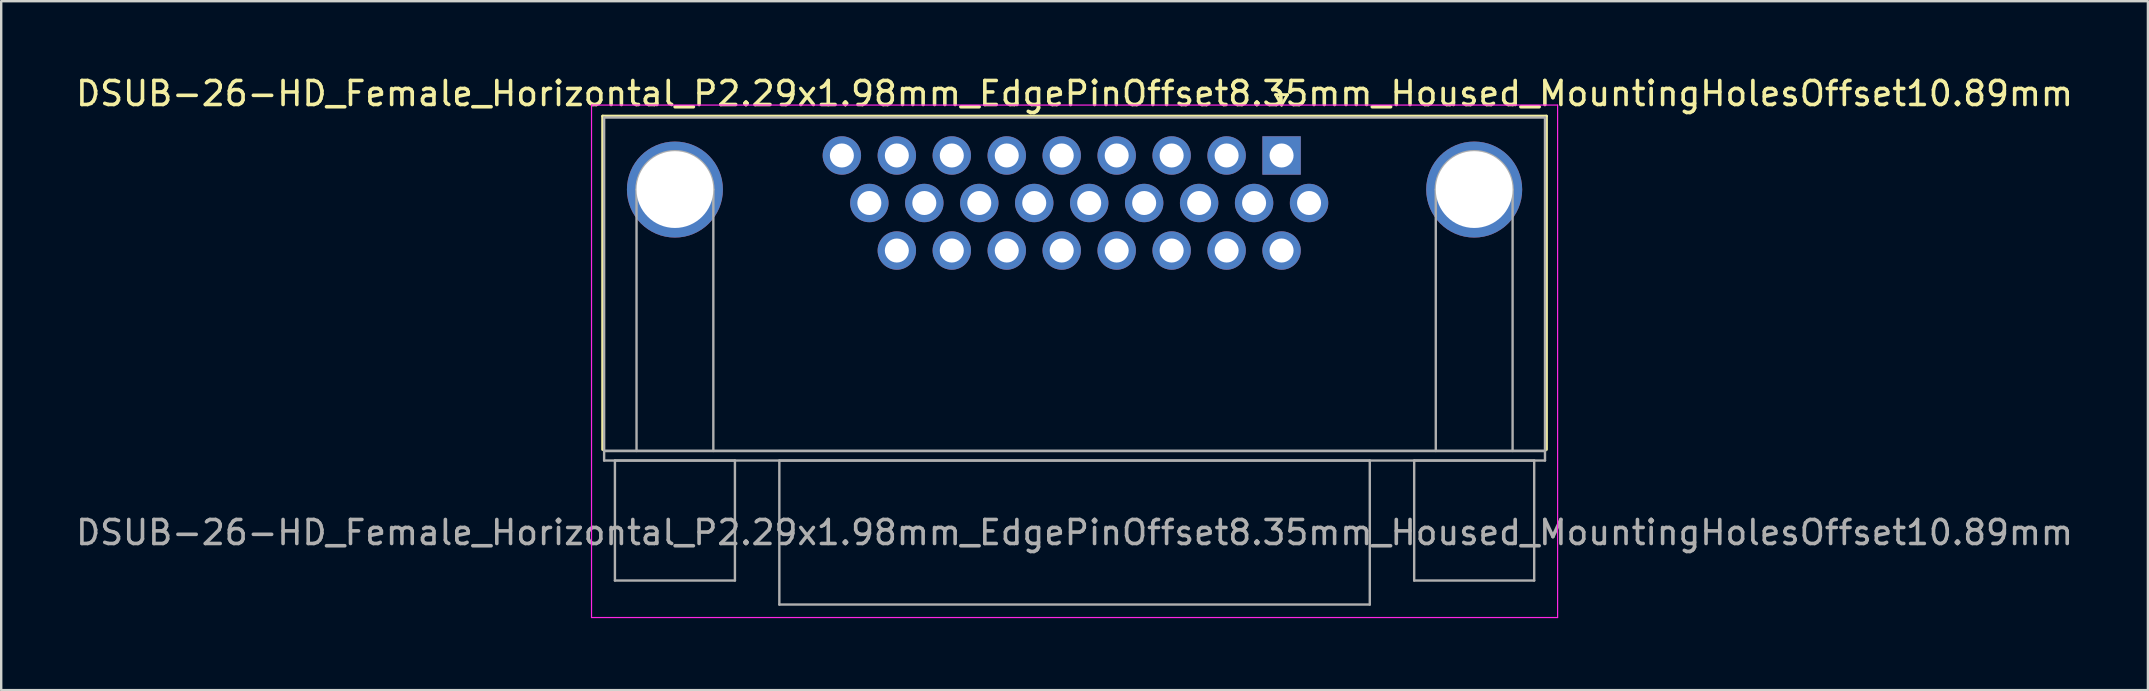
<source format=kicad_pcb>
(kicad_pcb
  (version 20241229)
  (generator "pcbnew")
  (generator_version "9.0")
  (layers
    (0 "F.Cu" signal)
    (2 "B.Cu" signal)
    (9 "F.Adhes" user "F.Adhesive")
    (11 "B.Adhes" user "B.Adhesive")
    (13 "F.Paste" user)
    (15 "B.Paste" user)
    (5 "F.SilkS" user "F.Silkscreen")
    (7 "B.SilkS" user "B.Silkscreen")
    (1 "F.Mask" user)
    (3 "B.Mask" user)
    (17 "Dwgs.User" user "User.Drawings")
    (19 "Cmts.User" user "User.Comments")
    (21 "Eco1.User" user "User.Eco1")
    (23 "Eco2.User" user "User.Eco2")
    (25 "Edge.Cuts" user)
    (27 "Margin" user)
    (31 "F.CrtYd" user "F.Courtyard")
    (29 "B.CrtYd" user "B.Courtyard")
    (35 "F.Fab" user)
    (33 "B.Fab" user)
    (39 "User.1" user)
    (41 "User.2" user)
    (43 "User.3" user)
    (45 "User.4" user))
  (footprint "DSUB-26-HD_Female_Horizontal_P2.29x1.98mm_EdgePinOffset8.35mm_Housed_MountingHolesOffset10.89mm"
    (layer "F.Cu")
    (at 50.345 3.428)
    (property "Reference" "DSUB-26-HD_Female_Horizontal_P2.29x1.98mm_EdgePinOffset8.35mm_Housed_MountingHolesOffset10.89mm" (at -8.625 -2.58 0) (layer "F.SilkS") (effects (font (size 1 1) (thickness 0.15))))
    (attr through_hole)
    (fp_line (start -28.285 -1.64) (end 11.035 -1.64) (stroke (width 0.12) (type solid)) (layer "F.SilkS"))
    (fp_line (start -28.285 12.25) (end -28.285 -1.64) (stroke (width 0.12) (type solid)) (layer "F.SilkS"))
    (fp_line (start -0.25 -2.534) (end 0.25 -2.534) (stroke (width 0.12) (type solid)) (layer "F.SilkS"))
    (fp_line (start 0 -2.101) (end -0.25 -2.534) (stroke (width 0.12) (type solid)) (layer "F.SilkS"))
    (fp_line (start 0.25 -2.534) (end 0 -2.101) (stroke (width 0.12) (type solid)) (layer "F.SilkS"))
    (fp_line (start 11.035 -1.64) (end 11.035 12.25) (stroke (width 0.12) (type solid)) (layer "F.SilkS"))
    (fp_line (start -28.75 -2.1) (end -28.75 19.25) (stroke (width 0.05) (type solid)) (layer "F.CrtYd"))
    (fp_line (start -28.75 19.25) (end 11.5 19.25) (stroke (width 0.05) (type solid)) (layer "F.CrtYd"))
    (fp_line (start 11.5 -2.1) (end -28.75 -2.1) (stroke (width 0.05) (type solid)) (layer "F.CrtYd"))
    (fp_line (start 11.5 19.25) (end 11.5 -2.1) (stroke (width 0.05) (type solid)) (layer "F.CrtYd"))
    (fp_line (start -28.225 -1.58) (end -28.225 12.31) (stroke (width 0.1) (type solid)) (layer "F.Fab"))
    (fp_line (start -28.225 12.31) (end -28.225 12.71) (stroke (width 0.1) (type solid)) (layer "F.Fab"))
    (fp_line (start -28.225 12.31) (end 10.975 12.31) (stroke (width 0.1) (type solid)) (layer "F.Fab"))
    (fp_line (start -28.225 12.71) (end 10.975 12.71) (stroke (width 0.1) (type solid)) (layer "F.Fab"))
    (fp_line (start -27.775 12.71) (end -27.775 17.71) (stroke (width 0.1) (type solid)) (layer "F.Fab"))
    (fp_line (start -27.775 17.71) (end -22.775 17.71) (stroke (width 0.1) (type solid)) (layer "F.Fab"))
    (fp_line (start -26.875 12.31) (end -26.875 1.42) (stroke (width 0.1) (type solid)) (layer "F.Fab"))
    (fp_line (start -23.675 12.31) (end -23.675 1.42) (stroke (width 0.1) (type solid)) (layer "F.Fab"))
    (fp_line (start -22.775 12.71) (end -27.775 12.71) (stroke (width 0.1) (type solid)) (layer "F.Fab"))
    (fp_line (start -22.775 17.71) (end -22.775 12.71) (stroke (width 0.1) (type solid)) (layer "F.Fab"))
    (fp_line (start -20.925 12.71) (end -20.925 18.71) (stroke (width 0.1) (type solid)) (layer "F.Fab"))
    (fp_line (start -20.925 18.71) (end 3.675 18.71) (stroke (width 0.1) (type solid)) (layer "F.Fab"))
    (fp_line (start 3.675 12.71) (end -20.925 12.71) (stroke (width 0.1) (type solid)) (layer "F.Fab"))
    (fp_line (start 3.675 18.71) (end 3.675 12.71) (stroke (width 0.1) (type solid)) (layer "F.Fab"))
    (fp_line (start 5.525 12.71) (end 5.525 17.71) (stroke (width 0.1) (type solid)) (layer "F.Fab"))
    (fp_line (start 5.525 17.71) (end 10.525 17.71) (stroke (width 0.1) (type solid)) (layer "F.Fab"))
    (fp_line (start 6.425 12.31) (end 6.425 1.42) (stroke (width 0.1) (type solid)) (layer "F.Fab"))
    (fp_line (start 9.625 12.31) (end 9.625 1.42) (stroke (width 0.1) (type solid)) (layer "F.Fab"))
    (fp_line (start 10.525 12.71) (end 5.525 12.71) (stroke (width 0.1) (type solid)) (layer "F.Fab"))
    (fp_line (start 10.525 17.71) (end 10.525 12.71) (stroke (width 0.1) (type solid)) (layer "F.Fab"))
    (fp_line (start 10.975 -1.58) (end -28.225 -1.58) (stroke (width 0.1) (type solid)) (layer "F.Fab"))
    (fp_line (start 10.975 12.31) (end -28.225 12.31) (stroke (width 0.1) (type solid)) (layer "F.Fab"))
    (fp_line (start 10.975 12.31) (end 10.975 -1.58) (stroke (width 0.1) (type solid)) (layer "F.Fab"))
    (fp_line (start 10.975 12.71) (end 10.975 12.31) (stroke (width 0.1) (type solid)) (layer "F.Fab"))
    (fp_arc (start -26.875 1.42) (mid -25.275 -0.18) (end -23.675 1.42) (stroke (width 0.1) (type solid)) (layer "F.Fab"))
    (fp_arc (start 6.425 1.42) (mid 8.025 -0.18) (end 9.625 1.42) (stroke (width 0.1) (type solid)) (layer "F.Fab"))
    (fp_text user "${REFERENCE}" (at -8.625 15.71 0) (layer "F.Fab") (effects (font (size 1 1) (thickness 0.15))))
    (pad "0" thru_hole circle (at -25.275 1.42) (size 4 4) (drill 3.2) (layers "*.Cu" "*.Mask"))
    (pad "0" thru_hole circle (at 8.025 1.42) (size 4 4) (drill 3.2) (layers "*.Cu" "*.Mask"))
    (pad "1" thru_hole rect (at 0 0) (size 1.6 1.6) (drill 1) (layers "*.Cu" "*.Mask"))
    (pad "2" thru_hole circle (at -2.29 0) (size 1.6 1.6) (drill 1) (layers "*.Cu" "*.Mask"))
    (pad "3" thru_hole circle (at -4.58 0) (size 1.6 1.6) (drill 1) (layers "*.Cu" "*.Mask"))
    (pad "4" thru_hole circle (at -6.87 0) (size 1.6 1.6) (drill 1) (layers "*.Cu" "*.Mask"))
    (pad "5" thru_hole circle (at -9.16 0) (size 1.6 1.6) (drill 1) (layers "*.Cu" "*.Mask"))
    (pad "6" thru_hole circle (at -11.45 0) (size 1.6 1.6) (drill 1) (layers "*.Cu" "*.Mask"))
    (pad "7" thru_hole circle (at -13.74 0) (size 1.6 1.6) (drill 1) (layers "*.Cu" "*.Mask"))
    (pad "8" thru_hole circle (at -16.03 0) (size 1.6 1.6) (drill 1) (layers "*.Cu" "*.Mask"))
    (pad "9" thru_hole circle (at -18.32 0) (size 1.6 1.6) (drill 1) (layers "*.Cu" "*.Mask"))
    (pad "10" thru_hole circle (at 1.145 1.98) (size 1.6 1.6) (drill 1) (layers "*.Cu" "*.Mask"))
    (pad "11" thru_hole circle (at -1.145 1.98) (size 1.6 1.6) (drill 1) (layers "*.Cu" "*.Mask"))
    (pad "12" thru_hole circle (at -3.435 1.98) (size 1.6 1.6) (drill 1) (layers "*.Cu" "*.Mask"))
    (pad "13" thru_hole circle (at -5.725 1.98) (size 1.6 1.6) (drill 1) (layers "*.Cu" "*.Mask"))
    (pad "14" thru_hole circle (at -8.015 1.98) (size 1.6 1.6) (drill 1) (layers "*.Cu" "*.Mask"))
    (pad "15" thru_hole circle (at -10.305 1.98) (size 1.6 1.6) (drill 1) (layers "*.Cu" "*.Mask"))
    (pad "16" thru_hole circle (at -12.595 1.98) (size 1.6 1.6) (drill 1) (layers "*.Cu" "*.Mask"))
    (pad "17" thru_hole circle (at -14.885 1.98) (size 1.6 1.6) (drill 1) (layers "*.Cu" "*.Mask"))
    (pad "18" thru_hole circle (at -17.175 1.98) (size 1.6 1.6) (drill 1) (layers "*.Cu" "*.Mask"))
    (pad "19" thru_hole circle (at 0 3.96) (size 1.6 1.6) (drill 1) (layers "*.Cu" "*.Mask"))
    (pad "20" thru_hole circle (at -2.29 3.96) (size 1.6 1.6) (drill 1) (layers "*.Cu" "*.Mask"))
    (pad "21" thru_hole circle (at -4.58 3.96) (size 1.6 1.6) (drill 1) (layers "*.Cu" "*.Mask"))
    (pad "22" thru_hole circle (at -6.87 3.96) (size 1.6 1.6) (drill 1) (layers "*.Cu" "*.Mask"))
    (pad "23" thru_hole circle (at -9.16 3.96) (size 1.6 1.6) (drill 1) (layers "*.Cu" "*.Mask"))
    (pad "24" thru_hole circle (at -11.45 3.96) (size 1.6 1.6) (drill 1) (layers "*.Cu" "*.Mask"))
    (pad "25" thru_hole circle (at -13.74 3.96) (size 1.6 1.6) (drill 1) (layers "*.Cu" "*.Mask"))
    (pad "26" thru_hole circle (at -16.03 3.96) (size 1.6 1.6) (drill 1) (layers "*.Cu" "*.Mask")))
  (gr_rect
    (start -3 -3)
    (end 86.44 25.703)
    (stroke (width 0.1) (type default))
    (fill no)
    (layer "Edge.Cuts")))
</source>
